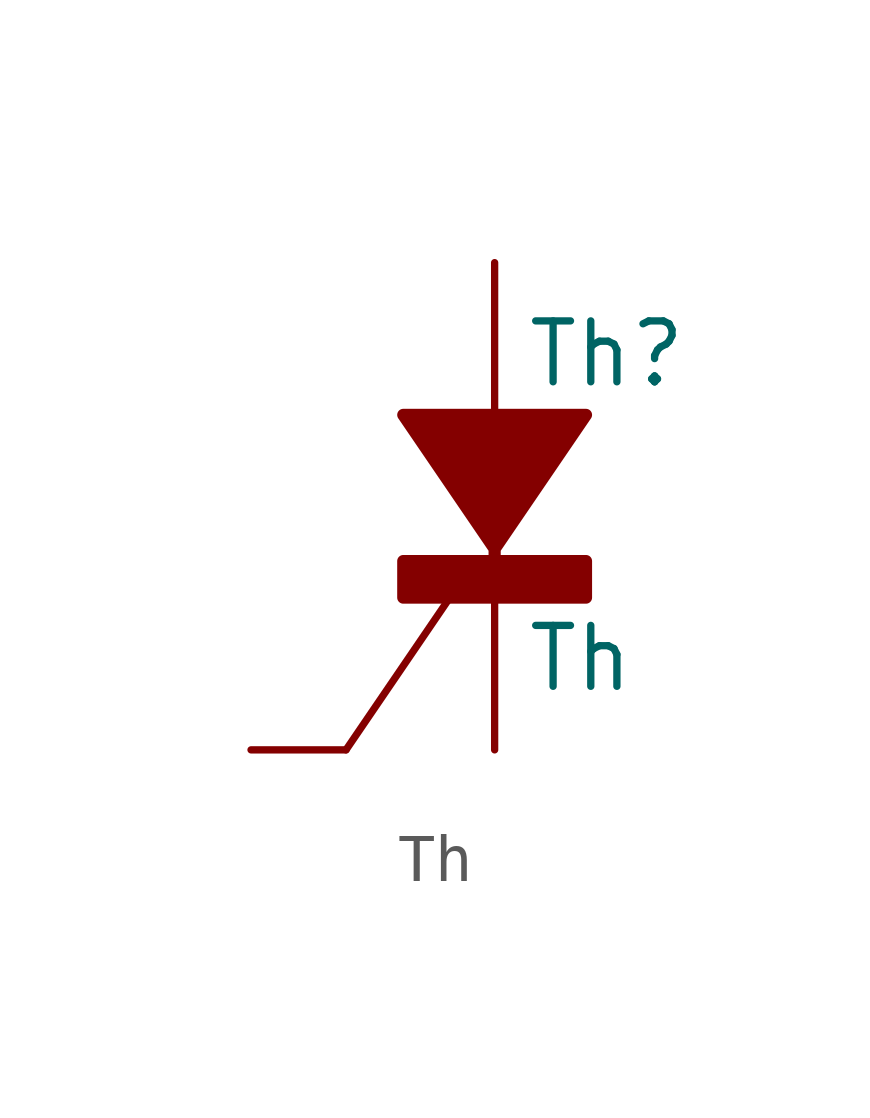
<source format=kicad_sym>
(kicad_symbol_lib
  (version 20220914)
  (generator kicad_symbol_editor)
  (symbol "Th"
    (pin_numbers hide)
    (pin_names
      (offset 0) hide)
    (property "Reference" "Th"
      (at 0.635 3.175 0)
      (effects (font (size 1.27 1.27)) (justify left)))
    (property "Value" "Th"
      (at 0.635 -3.175 0)
      (effects (font (size 1.27 1.27)) (justify left)))
    (symbol "Th_1_1"
      (polyline (pts (xy -0.813 -1.727) (xy -3.099 -5.08)) (stroke (width 0) (type default)) (fill (type none)))
      (polyline (pts (xy -1.905 -1.905) (xy 1.905 -1.905) (xy 1.905 -1.143) (xy 0 -1.143) (xy 0 -0.889) (xy 1.905 1.905) (xy -1.905 1.905) (xy 0 -0.889) (xy 0 -1.143) (xy -1.905 -1.143) (xy -1.905 -1.905)) (stroke (width 0.254) (type default)) (fill (type outline)))
      (pin passive line (at 0 -5.08 90) (length 3.175) (name "K-" (effects (font (size 1.27 1.27)))) (number "1" (effects (font (size 1.27 1.27)))))
      (pin passive line (at 0 5.08 270) (length 3.175) (name "A+" (effects (font (size 1.27 1.27)))) (number "2" (effects (font (size 1.27 1.27)))))
      (pin passive line (at -5.08 -5.08 0) (length 1.981) (name "G" (effects (font (size 1.27 1.27)))) (number "3" (effects (font (size 1.27 1.27))))))))
</source>
